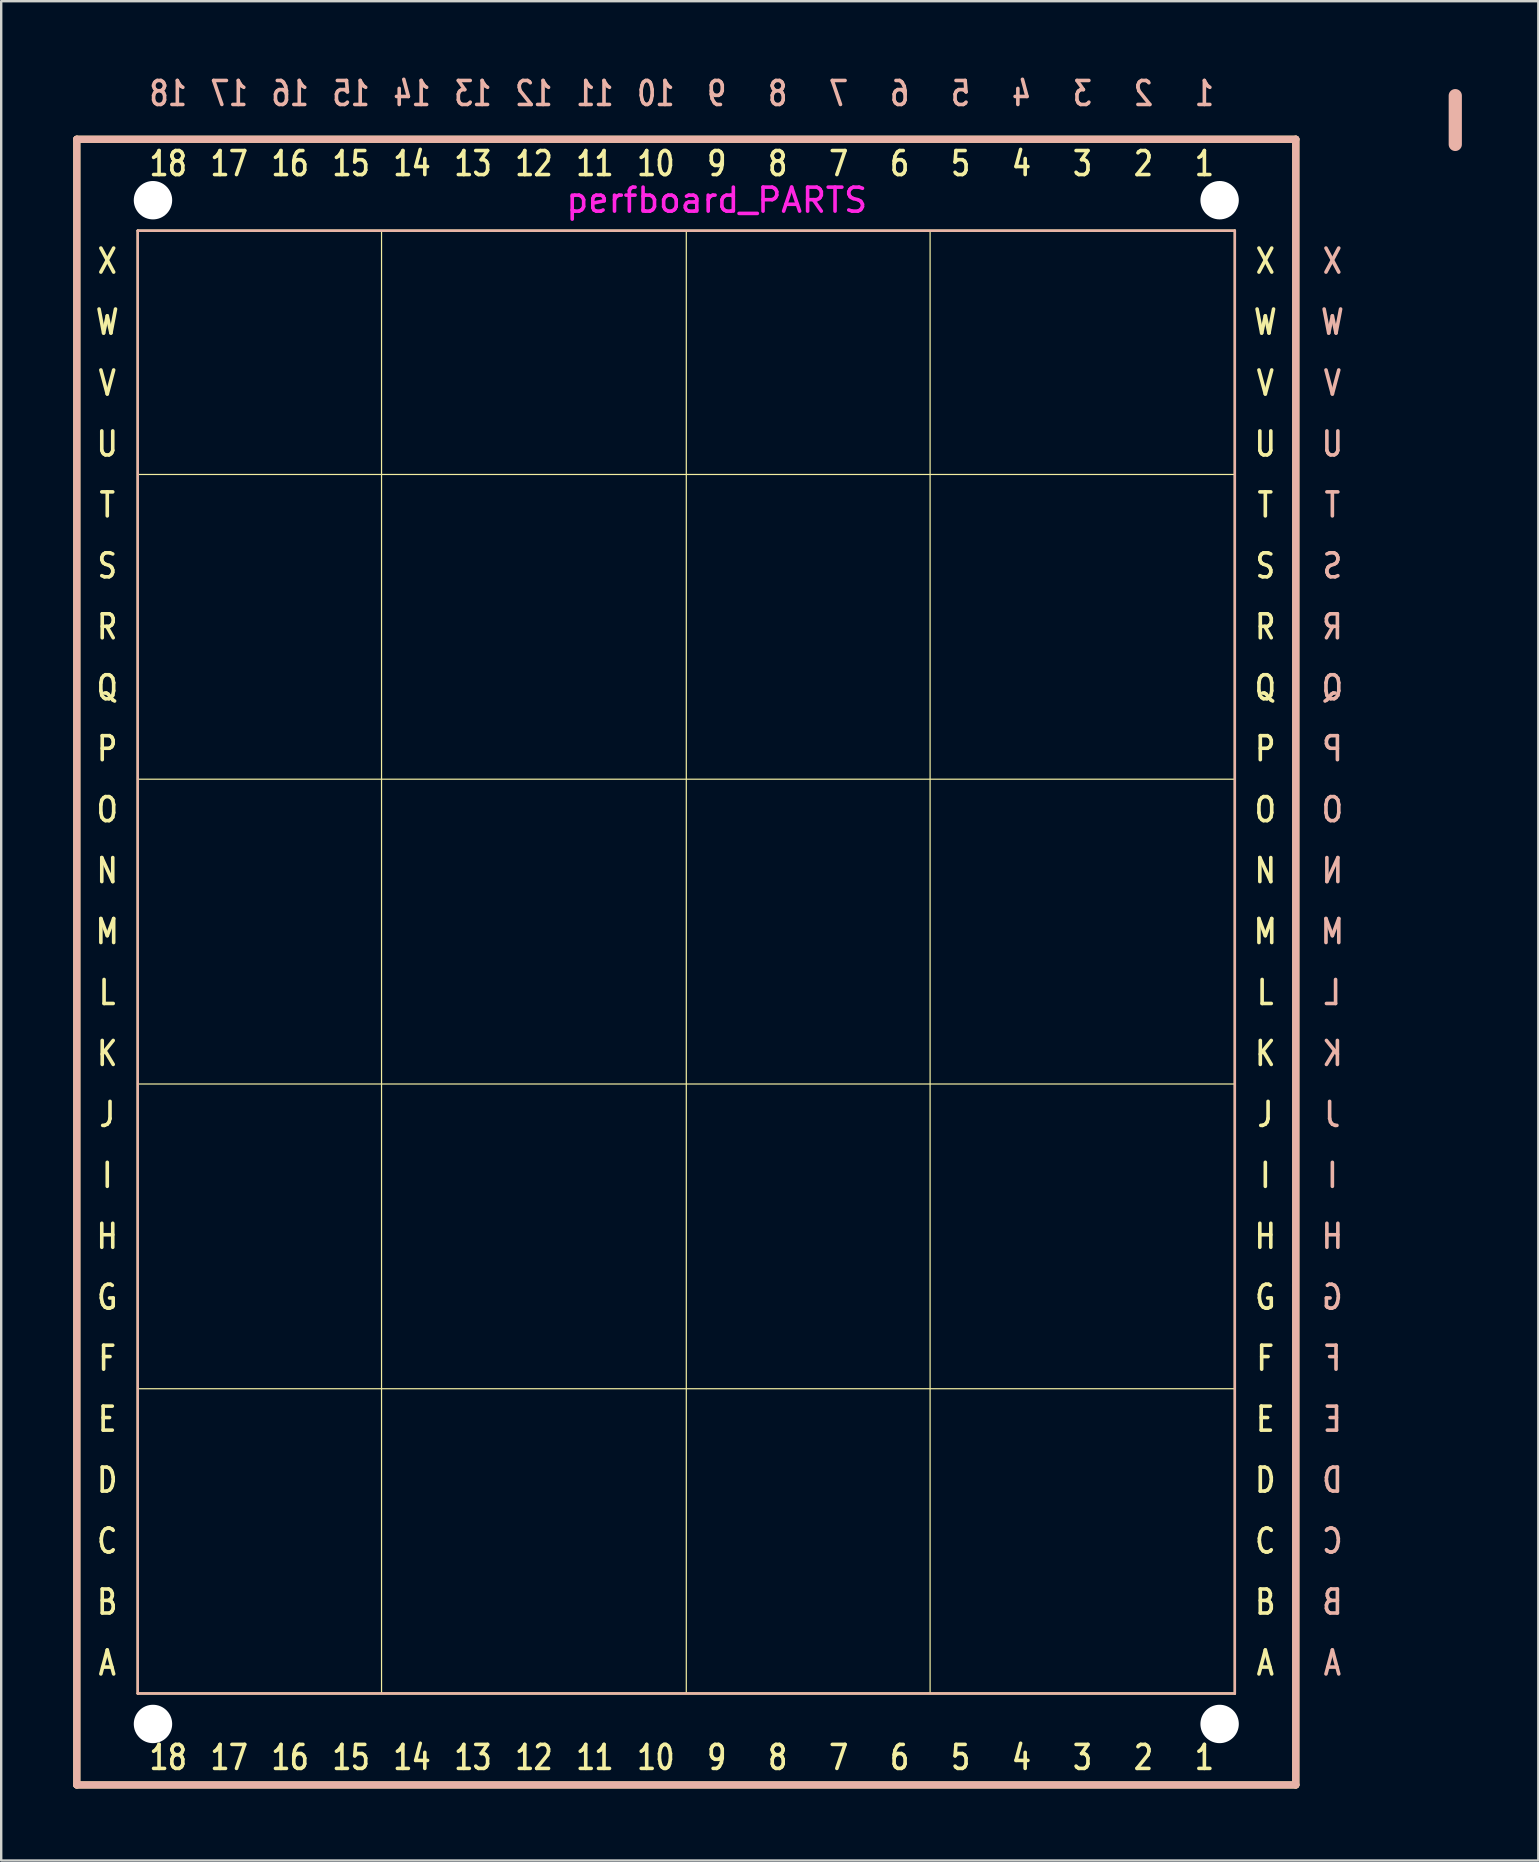
<source format=kicad_pcb>
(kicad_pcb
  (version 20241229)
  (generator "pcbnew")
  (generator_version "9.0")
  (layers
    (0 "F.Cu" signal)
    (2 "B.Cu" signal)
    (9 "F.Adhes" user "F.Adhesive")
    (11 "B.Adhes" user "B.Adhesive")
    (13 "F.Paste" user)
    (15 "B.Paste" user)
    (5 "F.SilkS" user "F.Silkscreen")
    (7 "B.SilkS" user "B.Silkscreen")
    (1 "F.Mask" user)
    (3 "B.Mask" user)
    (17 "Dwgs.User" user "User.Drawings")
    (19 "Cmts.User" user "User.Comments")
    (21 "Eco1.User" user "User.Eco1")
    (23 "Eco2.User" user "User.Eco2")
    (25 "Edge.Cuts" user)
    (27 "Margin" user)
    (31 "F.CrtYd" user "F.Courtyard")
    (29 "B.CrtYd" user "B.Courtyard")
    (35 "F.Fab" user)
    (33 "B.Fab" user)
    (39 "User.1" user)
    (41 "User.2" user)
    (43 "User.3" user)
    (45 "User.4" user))
  (footprint "track-cut"
    (layer "F.Cu")
    (at 56.326 1.952)
    (property "Reference" "track-cut" (at 1.27 0 90) (layer "B.Adhes") (effects (font (size 0.45 0.5) (thickness 0.113)) (justify mirror)))
    (attr exclude_from_pos_files exclude_from_bom)
    (fp_line (start 1.27 -1.016) (end 1.27 1.016) (stroke (width 0.551) (type solid)) (layer "B.SilkS")))
  (footprint "perfboard_PARTS"
    (layer "F.Cu")
    (at 26.82 38.313)
    (property "Reference" "perfboard_PARTS" (at 0 -33.02 0) (layer "F.CrtYd") (effects (font (size 1 1) (thickness 0.15))))
    (attr through_hole)
    (fp_line (start -26.67 -35.56) (end 24.13 -35.56) (stroke (width 0.3) (type solid)) (layer "F.SilkS"))
    (fp_line (start -26.67 33.02) (end -26.67 -35.56) (stroke (width 0.3) (type solid)) (layer "F.SilkS"))
    (fp_line (start -24.13 -31.75) (end 21.59 -31.75) (stroke (width 0.1) (type solid)) (layer "F.SilkS"))
    (fp_line (start -24.13 29.21) (end -24.13 -31.75) (stroke (width 0.1) (type solid)) (layer "F.SilkS"))
    (fp_line (start -13.97 29.21) (end -13.97 -31.75) (stroke (width 0.05) (type solid)) (layer "F.SilkS"))
    (fp_line (start -1.27 29.21) (end -1.27 -31.75) (stroke (width 0.05) (type solid)) (layer "F.SilkS"))
    (fp_line (start 8.89 29.21) (end 8.89 -31.75) (stroke (width 0.05) (type solid)) (layer "F.SilkS"))
    (fp_line (start 21.59 -31.75) (end 21.59 29.21) (stroke (width 0.1) (type solid)) (layer "F.SilkS"))
    (fp_line (start 21.59 -21.59) (end -24.13 -21.59) (stroke (width 0.05) (type solid)) (layer "F.SilkS"))
    (fp_line (start 21.59 -8.89) (end -24.13 -8.89) (stroke (width 0.05) (type solid)) (layer "F.SilkS"))
    (fp_line (start 21.59 3.81) (end -24.13 3.81) (stroke (width 0.05) (type solid)) (layer "F.SilkS"))
    (fp_line (start 21.59 16.51) (end -24.13 16.51) (stroke (width 0.05) (type solid)) (layer "F.SilkS"))
    (fp_line (start 21.59 29.21) (end -24.13 29.21) (stroke (width 0.1) (type solid)) (layer "F.SilkS"))
    (fp_line (start 24.13 -35.56) (end 24.13 33.02) (stroke (width 0.3) (type solid)) (layer "F.SilkS"))
    (fp_line (start 24.13 33.02) (end -26.67 33.02) (stroke (width 0.3) (type solid)) (layer "F.SilkS"))
    (fp_line (start -26.67 -35.56) (end 24.13 -35.56) (stroke (width 0.3) (type solid)) (layer "B.SilkS"))
    (fp_line (start -26.67 33.02) (end -26.67 -35.56) (stroke (width 0.3) (type solid)) (layer "B.SilkS"))
    (fp_line (start -24.13 -31.75) (end 21.59 -31.75) (stroke (width 0.1) (type solid)) (layer "B.SilkS"))
    (fp_line (start -24.13 29.21) (end -24.13 -31.75) (stroke (width 0.1) (type solid)) (layer "B.SilkS"))
    (fp_line (start 21.59 -31.75) (end 21.59 29.21) (stroke (width 0.1) (type solid)) (layer "B.SilkS"))
    (fp_line (start 21.59 29.21) (end -24.13 29.21) (stroke (width 0.1) (type solid)) (layer "B.SilkS"))
    (fp_line (start 24.13 -35.56) (end 24.13 33.02) (stroke (width 0.3) (type solid)) (layer "B.SilkS"))
    (fp_line (start 24.13 33.02) (end -26.67 33.02) (stroke (width 0.3) (type solid)) (layer "B.SilkS"))
    (fp_text user "X" (at -25.4 -30.48 0) (layer "F.SilkS") (effects (font (size 1 0.8) (thickness 0.15))))
    (fp_text user "17" (at -20.32 -34.544 0) (layer "F.SilkS") (effects (font (size 1 0.8) (thickness 0.15))))
    (fp_text user "I" (at 22.86 7.62 0) (layer "F.SilkS") (effects (font (size 1 0.8) (thickness 0.15))))
    (fp_text user "6" (at 7.62 31.877 0) (layer "F.SilkS") (effects (font (size 1 0.8) (thickness 0.15))))
    (fp_text user "F" (at 22.86 15.24 0) (layer "F.SilkS") (effects (font (size 1 0.8) (thickness 0.15))))
    (fp_text user "16" (at -17.78 31.877 0) (layer "F.SilkS") (effects (font (size 1 0.8) (thickness 0.15))))
    (fp_text user "V" (at -25.4 -25.4 0) (layer "F.SilkS") (effects (font (size 1 0.8) (thickness 0.15))))
    (fp_text user "P" (at 22.86 -10.16 0) (layer "F.SilkS") (effects (font (size 1 0.8) (thickness 0.15))))
    (fp_text user "5" (at 10.16 -34.544 0) (layer "F.SilkS") (effects (font (size 1 0.8) (thickness 0.15))))
    (fp_text user "12" (at -7.62 -34.544 0) (layer "F.SilkS") (effects (font (size 1 0.8) (thickness 0.15))))
    (fp_text user "3" (at 15.24 31.877 0) (layer "F.SilkS") (effects (font (size 1 0.8) (thickness 0.15))))
    (fp_text user "2" (at 17.78 31.877 0) (layer "F.SilkS") (effects (font (size 1 0.8) (thickness 0.15))))
    (fp_text user "S" (at -25.4 -17.78 0) (layer "F.SilkS") (effects (font (size 1 0.8) (thickness 0.15))))
    (fp_text user "4" (at 12.7 -34.544 0) (layer "F.SilkS") (effects (font (size 1 0.8) (thickness 0.15))))
    (fp_text user "V" (at 22.86 -25.4 0) (layer "F.SilkS") (effects (font (size 1 0.8) (thickness 0.15))))
    (fp_text user "D" (at 22.86 20.32 0) (layer "F.SilkS") (effects (font (size 1 0.8) (thickness 0.15))))
    (fp_text user "7" (at 5.08 -34.544 0) (layer "F.SilkS") (effects (font (size 1 0.8) (thickness 0.15))))
    (fp_text user "1" (at 20.32 31.877 0) (layer "F.SilkS") (effects (font (size 1 0.8) (thickness 0.15))))
    (fp_text user "11" (at -5.08 31.877 0) (layer "F.SilkS") (effects (font (size 1 0.8) (thickness 0.15))))
    (fp_text user "W" (at -25.4 -27.94 0) (layer "F.SilkS") (effects (font (size 1 0.8) (thickness 0.15))))
    (fp_text user "13" (at -10.16 -34.544 0) (layer "F.SilkS") (effects (font (size 1 0.8) (thickness 0.15))))
    (fp_text user "X" (at 22.86 -30.48 0) (layer "F.SilkS") (effects (font (size 1 0.8) (thickness 0.15))))
    (fp_text user "F" (at -25.4 15.24 0) (layer "F.SilkS") (effects (font (size 1 0.8) (thickness 0.15))))
    (fp_text user "J" (at 22.86 5.08 0) (layer "F.SilkS") (effects (font (size 1 0.8) (thickness 0.15))))
    (fp_text user "P" (at -25.4 -10.16 0) (layer "F.SilkS") (effects (font (size 1 0.8) (thickness 0.15))))
    (fp_text user "10" (at -2.54 -34.544 0) (layer "F.SilkS") (effects (font (size 1 0.8) (thickness 0.15))))
    (fp_text user "D" (at -25.4 20.32 0) (layer "F.SilkS") (effects (font (size 1 0.8) (thickness 0.15))))
    (fp_text user "8" (at 2.54 -34.544 0) (layer "F.SilkS") (effects (font (size 1 0.8) (thickness 0.15))))
    (fp_text user "18" (at -22.86 -34.544 0) (layer "F.SilkS") (effects (font (size 1 0.8) (thickness 0.15))))
    (fp_text user "M" (at -25.4 -2.54 0) (layer "F.SilkS") (effects (font (size 1 0.8) (thickness 0.15))))
    (fp_text user "9" (at 0 -34.544 0) (layer "F.SilkS") (effects (font (size 1 0.8) (thickness 0.15))))
    (fp_text user "C" (at 22.86 22.86 0) (layer "F.SilkS") (effects (font (size 1 0.8) (thickness 0.15))))
    (fp_text user "T" (at 22.86 -20.32 0) (layer "F.SilkS") (effects (font (size 1 0.8) (thickness 0.15))))
    (fp_text user "O" (at -25.4 -7.62 0) (layer "F.SilkS") (effects (font (size 1 0.8) (thickness 0.15))))
    (fp_text user "W" (at 22.86 -27.94 0) (layer "F.SilkS") (effects (font (size 1 0.8) (thickness 0.15))))
    (fp_text user "A" (at 22.86 27.94 0) (layer "F.SilkS") (effects (font (size 1 0.8) (thickness 0.15))))
    (fp_text user "6" (at 7.62 -34.544 0) (layer "F.SilkS") (effects (font (size 1 0.8) (thickness 0.15))))
    (fp_text user "L" (at 22.86 0 0) (layer "F.SilkS") (effects (font (size 1 0.8) (thickness 0.15))))
    (fp_text user "K" (at 22.86 2.54 0) (layer "F.SilkS") (effects (font (size 1 0.8) (thickness 0.15))))
    (fp_text user "16" (at -17.78 -34.544 0) (layer "F.SilkS") (effects (font (size 1 0.8) (thickness 0.15))))
    (fp_text user "14" (at -12.7 31.877 0) (layer "F.SilkS") (effects (font (size 1 0.8) (thickness 0.15))))
    (fp_text user "N" (at -25.4 -5.08 0) (layer "F.SilkS") (effects (font (size 1 0.8) (thickness 0.15))))
    (fp_text user "15" (at -15.24 -34.544 0) (layer "F.SilkS") (effects (font (size 1 0.8) (thickness 0.15))))
    (fp_text user "G" (at 22.86 12.7 0) (layer "F.SilkS") (effects (font (size 1 0.8) (thickness 0.15))))
    (fp_text user "3" (at 15.24 -34.544 0) (layer "F.SilkS") (effects (font (size 1 0.8) (thickness 0.15))))
    (fp_text user "U" (at -25.4 -22.86 0) (layer "F.SilkS") (effects (font (size 1 0.8) (thickness 0.15))))
    (fp_text user "I" (at -25.4 7.62 0) (layer "F.SilkS") (effects (font (size 1 0.8) (thickness 0.15))))
    (fp_text user "E" (at -25.4 17.78 0) (layer "F.SilkS") (effects (font (size 1 0.8) (thickness 0.15))))
    (fp_text user "13" (at -10.16 31.877 0) (layer "F.SilkS") (effects (font (size 1 0.8) (thickness 0.15))))
    (fp_text user "T" (at -25.4 -20.32 0) (layer "F.SilkS") (effects (font (size 1 0.8) (thickness 0.15))))
    (fp_text user "15" (at -15.24 31.877 0) (layer "F.SilkS") (effects (font (size 1 0.8) (thickness 0.15))))
    (fp_text user "S" (at 22.86 -17.78 0) (layer "F.SilkS") (effects (font (size 1 0.8) (thickness 0.15))))
    (fp_text user "K" (at -25.4 2.54 0) (layer "F.SilkS") (effects (font (size 1 0.8) (thickness 0.15))))
    (fp_text user "Q" (at 22.86 -12.7 0) (layer "F.SilkS") (effects (font (size 1 0.8) (thickness 0.15))))
    (fp_text user "H" (at 22.86 10.16 0) (layer "F.SilkS") (effects (font (size 1 0.8) (thickness 0.15))))
    (fp_text user "17" (at -20.32 31.877 0) (layer "F.SilkS") (effects (font (size 1 0.8) (thickness 0.15))))
    (fp_text user "M" (at 22.86 -2.54 0) (layer "F.SilkS") (effects (font (size 1 0.8) (thickness 0.15))))
    (fp_text user "B" (at 22.86 25.4 0) (layer "F.SilkS") (effects (font (size 1 0.8) (thickness 0.15))))
    (fp_text user "4" (at 12.7 31.877 0) (layer "F.SilkS") (effects (font (size 1 0.8) (thickness 0.15))))
    (fp_text user "10" (at -2.54 31.877 0) (layer "F.SilkS") (effects (font (size 1 0.8) (thickness 0.15))))
    (fp_text user "9" (at 0 31.877 0) (layer "F.SilkS") (effects (font (size 1 0.8) (thickness 0.15))))
    (fp_text user "A" (at -25.4 27.94 0) (layer "F.SilkS") (effects (font (size 1 0.8) (thickness 0.15))))
    (fp_text user "8" (at 2.54 31.877 0) (layer "F.SilkS") (effects (font (size 1 0.8) (thickness 0.15))))
    (fp_text user "5" (at 10.16 31.877 0) (layer "F.SilkS") (effects (font (size 1 0.8) (thickness 0.15))))
    (fp_text user "18" (at -22.86 31.877 0) (layer "F.SilkS") (effects (font (size 1 0.8) (thickness 0.15))))
    (fp_text user "11" (at -5.08 -34.544 0) (layer "F.SilkS") (effects (font (size 1 0.8) (thickness 0.15))))
    (fp_text user "14" (at -12.7 -34.544 0) (layer "F.SilkS") (effects (font (size 1 0.8) (thickness 0.15))))
    (fp_text user "7" (at 5.08 31.877 0) (layer "F.SilkS") (effects (font (size 1 0.8) (thickness 0.15))))
    (fp_text user "G" (at -25.4 12.7 0) (layer "F.SilkS") (effects (font (size 1 0.8) (thickness 0.15))))
    (fp_text user "E" (at 22.86 17.78 0) (layer "F.SilkS") (effects (font (size 1 0.8) (thickness 0.15))))
    (fp_text user "O" (at 22.86 -7.62 0) (layer "F.SilkS") (effects (font (size 1 0.8) (thickness 0.15))))
    (fp_text user "12" (at -7.62 31.877 0) (layer "F.SilkS") (effects (font (size 1 0.8) (thickness 0.15))))
    (fp_text user "U" (at 22.86 -22.86 0) (layer "F.SilkS") (effects (font (size 1 0.8) (thickness 0.15))))
    (fp_text user "R" (at 22.86 -15.24 0) (layer "F.SilkS") (effects (font (size 1 0.8) (thickness 0.15))))
    (fp_text user "L" (at -25.4 0 0) (layer "F.SilkS") (effects (font (size 1 0.8) (thickness 0.15))))
    (fp_text user "1" (at 20.32 -34.544 0) (layer "F.SilkS") (effects (font (size 1 0.8) (thickness 0.15))))
    (fp_text user "H" (at -25.4 10.16 0) (layer "F.SilkS") (effects (font (size 1 0.8) (thickness 0.15))))
    (fp_text user "Q" (at -25.4 -12.7 0) (layer "F.SilkS") (effects (font (size 1 0.8) (thickness 0.15))))
    (fp_text user "J" (at -25.4 5.08 0) (layer "F.SilkS") (effects (font (size 1 0.8) (thickness 0.15))))
    (fp_text user "2" (at 17.78 -34.544 0) (layer "F.SilkS") (effects (font (size 1 0.8) (thickness 0.15))))
    (fp_text user "B" (at -25.4 25.4 0) (layer "F.SilkS") (effects (font (size 1 0.8) (thickness 0.15))))
    (fp_text user "C" (at -25.4 22.86 0) (layer "F.SilkS") (effects (font (size 1 0.8) (thickness 0.15))))
    (fp_text user "N" (at 22.86 -5.08 0) (layer "F.SilkS") (effects (font (size 1 0.8) (thickness 0.15))))
    (fp_text user "R" (at -25.4 -15.24 0) (layer "F.SilkS") (effects (font (size 1 0.8) (thickness 0.15))))
    (fp_text user "O" (at 25.654 -7.62 0) (layer "B.SilkS") (effects (font (size 1 0.8) (thickness 0.15)) (justify mirror)))
    (fp_text user "V" (at 25.654 -25.4 0) (layer "B.SilkS") (effects (font (size 1 0.8) (thickness 0.15)) (justify mirror)))
    (fp_text user "P" (at 25.654 -10.16 0) (layer "B.SilkS") (effects (font (size 1 0.8) (thickness 0.15)) (justify mirror)))
    (fp_text user "14" (at -12.7 -37.465 0) (layer "B.SilkS") (effects (font (size 1 0.8) (thickness 0.15)) (justify mirror)))
    (fp_text user "H" (at 25.654 10.16 0) (layer "B.SilkS") (effects (font (size 1 0.8) (thickness 0.15)) (justify mirror)))
    (fp_text user "T" (at 25.654 -20.32 0) (layer "B.SilkS") (effects (font (size 1 0.8) (thickness 0.15)) (justify mirror)))
    (fp_text user "Q" (at 25.654 -12.7 0) (layer "B.SilkS") (effects (font (size 1 0.8) (thickness 0.15)) (justify mirror)))
    (fp_text user "16" (at -17.78 -37.465 0) (layer "B.SilkS") (effects (font (size 1 0.8) (thickness 0.15)) (justify mirror)))
    (fp_text user "4" (at 12.7 -37.465 0) (layer "B.SilkS") (effects (font (size 1 0.8) (thickness 0.15)) (justify mirror)))
    (fp_text user "7" (at 5.08 -37.465 0) (layer "B.SilkS") (effects (font (size 1 0.8) (thickness 0.15)) (justify mirror)))
    (fp_text user "F" (at 25.654 15.24 0) (layer "B.SilkS") (effects (font (size 1 0.8) (thickness 0.15)) (justify mirror)))
    (fp_text user "W" (at 25.654 -27.94 0) (layer "B.SilkS") (effects (font (size 1 0.8) (thickness 0.15)) (justify mirror)))
    (fp_text user "A" (at 25.654 27.94 0) (layer "B.SilkS") (effects (font (size 1 0.8) (thickness 0.15)) (justify mirror)))
    (fp_text user "X" (at 25.654 -30.48 0) (layer "B.SilkS") (effects (font (size 1 0.8) (thickness 0.15)) (justify mirror)))
    (fp_text user "6" (at 7.62 -37.465 0) (layer "B.SilkS") (effects (font (size 1 0.8) (thickness 0.15)) (justify mirror)))
    (fp_text user "J" (at 25.654 5.08 0) (layer "B.SilkS") (effects (font (size 1 0.8) (thickness 0.15)) (justify mirror)))
    (fp_text user "L" (at 25.654 0 0) (layer "B.SilkS") (effects (font (size 1 0.8) (thickness 0.15)) (justify mirror)))
    (fp_text user "15" (at -15.24 -37.465 0) (layer "B.SilkS") (effects (font (size 1 0.8) (thickness 0.15)) (justify mirror)))
    (fp_text user "1" (at 20.32 -37.465 0) (layer "B.SilkS") (effects (font (size 1 0.8) (thickness 0.15)) (justify mirror)))
    (fp_text user "3" (at 15.24 -37.465 0) (layer "B.SilkS") (effects (font (size 1 0.8) (thickness 0.15)) (justify mirror)))
    (fp_text user "12" (at -7.62 -37.465 0) (layer "B.SilkS") (effects (font (size 1 0.8) (thickness 0.15)) (justify mirror)))
    (fp_text user "D" (at 25.654 20.32 0) (layer "B.SilkS") (effects (font (size 1 0.8) (thickness 0.15)) (justify mirror)))
    (fp_text user "5" (at 10.16 -37.465 0) (layer "B.SilkS") (effects (font (size 1 0.8) (thickness 0.15)) (justify mirror)))
    (fp_text user "17" (at -20.32 -37.465 0) (layer "B.SilkS") (effects (font (size 1 0.8) (thickness 0.15)) (justify mirror)))
    (fp_text user "8" (at 2.54 -37.465 0) (layer "B.SilkS") (effects (font (size 1 0.8) (thickness 0.15)) (justify mirror)))
    (fp_text user "S" (at 25.654 -17.78 0) (layer "B.SilkS") (effects (font (size 1 0.8) (thickness 0.15)) (justify mirror)))
    (fp_text user "18" (at -22.86 -37.465 0) (layer "B.SilkS") (effects (font (size 1 0.8) (thickness 0.15)) (justify mirror)))
    (fp_text user "11" (at -5.08 -37.465 0) (layer "B.SilkS") (effects (font (size 1 0.8) (thickness 0.15)) (justify mirror)))
    (fp_text user "R" (at 25.654 -15.24 0) (layer "B.SilkS") (effects (font (size 1 0.8) (thickness 0.15)) (justify mirror)))
    (fp_text user "13" (at -10.16 -37.465 0) (layer "B.SilkS") (effects (font (size 1 0.8) (thickness 0.15)) (justify mirror)))
    (fp_text user "C" (at 25.654 22.86 0) (layer "B.SilkS") (effects (font (size 1 0.8) (thickness 0.15)) (justify mirror)))
    (fp_text user "N" (at 25.654 -5.08 0) (layer "B.SilkS") (effects (font (size 1 0.8) (thickness 0.15)) (justify mirror)))
    (fp_text user "9" (at 0 -37.465 0) (layer "B.SilkS") (effects (font (size 1 0.8) (thickness 0.15)) (justify mirror)))
    (fp_text user "K" (at 25.654 2.54 0) (layer "B.SilkS") (effects (font (size 1 0.8) (thickness 0.15)) (justify mirror)))
    (fp_text user "I" (at 25.654 7.62 0) (layer "B.SilkS") (effects (font (size 1 0.8) (thickness 0.15)) (justify mirror)))
    (fp_text user "G" (at 25.654 12.7 0) (layer "B.SilkS") (effects (font (size 1 0.8) (thickness 0.15)) (justify mirror)))
    (fp_text user "B" (at 25.654 25.4 0) (layer "B.SilkS") (effects (font (size 1 0.8) (thickness 0.15)) (justify mirror)))
    (fp_text user "M" (at 25.654 -2.54 0) (layer "B.SilkS") (effects (font (size 1 0.8) (thickness 0.15)) (justify mirror)))
    (fp_text user "U" (at 25.654 -22.86 0) (layer "B.SilkS") (effects (font (size 1 0.8) (thickness 0.15)) (justify mirror)))
    (fp_text user "2" (at 17.78 -37.465 0) (layer "B.SilkS") (effects (font (size 1 0.8) (thickness 0.15)) (justify mirror)))
    (fp_text user "E" (at 25.654 17.78 0) (layer "B.SilkS") (effects (font (size 1 0.8) (thickness 0.15)) (justify mirror)))
    (fp_text user "10" (at -2.54 -37.465 0) (layer "B.SilkS") (effects (font (size 1 0.8) (thickness 0.15)) (justify mirror)))
    (pad "" np_thru_hole circle (at -23.495 -33.02) (size 1.6 1.6) (drill 1.6) (layers "*.Cu" "*.Mask"))
    (pad "" np_thru_hole circle (at -23.495 30.48) (size 1.6 1.6) (drill 1.6) (layers "*.Cu" "*.Mask"))
    (pad "" np_thru_hole circle (at 20.955 -33.02) (size 1.6 1.6) (drill 1.6) (layers "*.Cu" "*.Mask"))
    (pad "" np_thru_hole circle (at 20.955 30.48) (size 1.6 1.6) (drill 1.6) (layers "*.Cu" "*.Mask")))
  (gr_rect
    (start -3 -3)
    (end 61.057 74.483)
    (stroke (width 0.1) (type default))
    (fill no)
    (layer "Edge.Cuts")))
</source>
